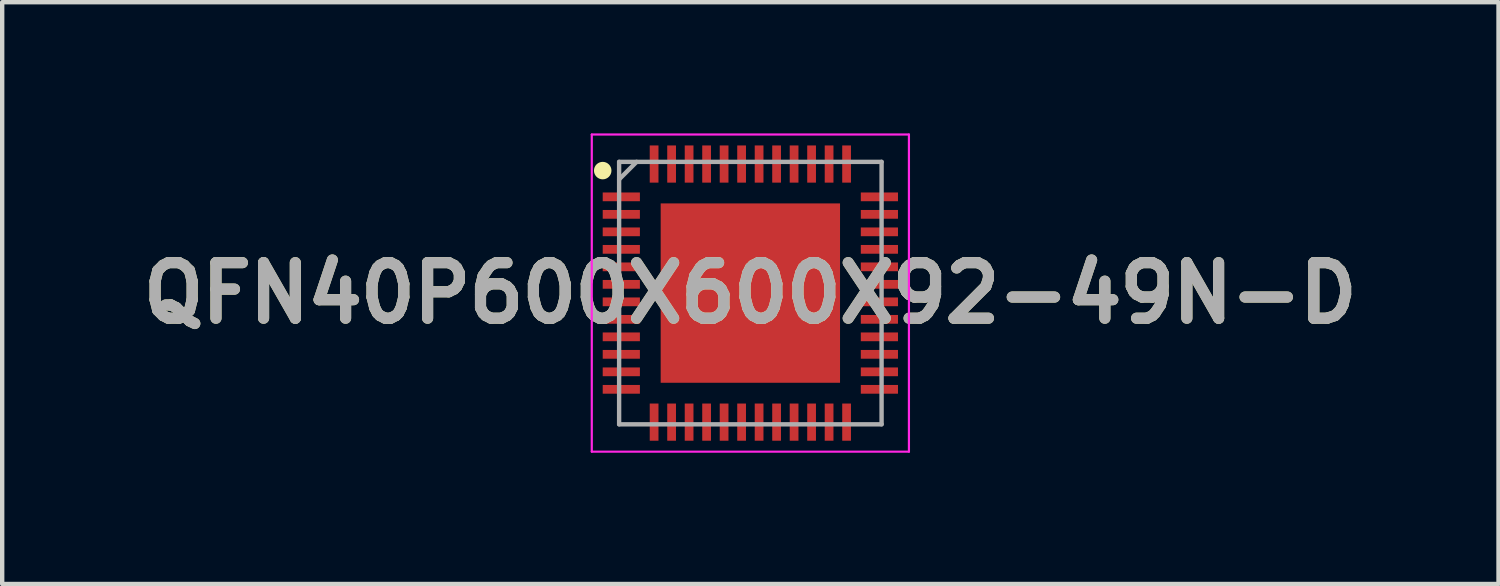
<source format=kicad_pcb>
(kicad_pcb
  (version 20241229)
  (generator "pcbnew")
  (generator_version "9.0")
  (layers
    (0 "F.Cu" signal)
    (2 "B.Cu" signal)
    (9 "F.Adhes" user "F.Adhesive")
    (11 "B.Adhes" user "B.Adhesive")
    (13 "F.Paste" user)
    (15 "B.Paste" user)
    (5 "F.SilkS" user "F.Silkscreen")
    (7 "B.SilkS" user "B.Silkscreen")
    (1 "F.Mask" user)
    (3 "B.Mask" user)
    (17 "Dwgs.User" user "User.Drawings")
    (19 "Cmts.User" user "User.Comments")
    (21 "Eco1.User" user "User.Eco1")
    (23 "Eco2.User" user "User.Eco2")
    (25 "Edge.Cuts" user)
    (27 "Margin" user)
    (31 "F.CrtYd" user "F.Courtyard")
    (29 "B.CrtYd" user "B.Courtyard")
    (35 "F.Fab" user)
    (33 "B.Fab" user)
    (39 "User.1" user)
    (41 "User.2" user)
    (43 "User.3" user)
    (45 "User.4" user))
  (footprint "QFN40P600X600X92-49N-D"
    (layer "F.Cu")
    (at 14.103 3.65)
    (property "Reference" "QFN40P600X600X92-49N-D" (at 0 0 0) (layer "F.SilkS") (effects (font (size 1.27 1.27) (thickness 0.254))))
    (attr smd)
    (fp_circle (center -3.375 -2.8) (end -3.375 -2.7) (stroke (width 0.2) (type solid)) (fill no) (layer "F.SilkS"))
    (fp_line (start -3.625 -3.625) (end 3.625 -3.625) (stroke (width 0.05) (type solid)) (layer "F.CrtYd"))
    (fp_line (start -3.625 3.625) (end -3.625 -3.625) (stroke (width 0.05) (type solid)) (layer "F.CrtYd"))
    (fp_line (start 3.625 -3.625) (end 3.625 3.625) (stroke (width 0.05) (type solid)) (layer "F.CrtYd"))
    (fp_line (start 3.625 3.625) (end -3.625 3.625) (stroke (width 0.05) (type solid)) (layer "F.CrtYd"))
    (fp_line (start -3 -3) (end 3 -3) (stroke (width 0.1) (type solid)) (layer "F.Fab"))
    (fp_line (start -3 -2.6) (end -2.6 -3) (stroke (width 0.1) (type solid)) (layer "F.Fab"))
    (fp_line (start -3 3) (end -3 -3) (stroke (width 0.1) (type solid)) (layer "F.Fab"))
    (fp_line (start 3 -3) (end 3 3) (stroke (width 0.1) (type solid)) (layer "F.Fab"))
    (fp_line (start 3 3) (end -3 3) (stroke (width 0.1) (type solid)) (layer "F.Fab"))
    (fp_text user "${REFERENCE}" (at 0 0 0) (layer "F.Fab") (effects (font (size 1.27 1.27) (thickness 0.254))))
    (pad "1" smd rect (at -2.95 -2.2 90) (size 0.2 0.85) (layers "F.Cu" "F.Mask" "F.Paste"))
    (pad "2" smd rect (at -2.95 -1.8 90) (size 0.2 0.85) (layers "F.Cu" "F.Mask" "F.Paste"))
    (pad "3" smd rect (at -2.95 -1.4 90) (size 0.2 0.85) (layers "F.Cu" "F.Mask" "F.Paste"))
    (pad "4" smd rect (at -2.95 -1 90) (size 0.2 0.85) (layers "F.Cu" "F.Mask" "F.Paste"))
    (pad "5" smd rect (at -2.95 -0.6 90) (size 0.2 0.85) (layers "F.Cu" "F.Mask" "F.Paste"))
    (pad "6" smd rect (at -2.95 -0.2 90) (size 0.2 0.85) (layers "F.Cu" "F.Mask" "F.Paste"))
    (pad "7" smd rect (at -2.95 0.2 90) (size 0.2 0.85) (layers "F.Cu" "F.Mask" "F.Paste"))
    (pad "8" smd rect (at -2.95 0.6 90) (size 0.2 0.85) (layers "F.Cu" "F.Mask" "F.Paste"))
    (pad "9" smd rect (at -2.95 1 90) (size 0.2 0.85) (layers "F.Cu" "F.Mask" "F.Paste"))
    (pad "10" smd rect (at -2.95 1.4 90) (size 0.2 0.85) (layers "F.Cu" "F.Mask" "F.Paste"))
    (pad "11" smd rect (at -2.95 1.8 90) (size 0.2 0.85) (layers "F.Cu" "F.Mask" "F.Paste"))
    (pad "12" smd rect (at -2.95 2.2 90) (size 0.2 0.85) (layers "F.Cu" "F.Mask" "F.Paste"))
    (pad "13" smd rect (at -2.2 2.95) (size 0.2 0.85) (layers "F.Cu" "F.Mask" "F.Paste"))
    (pad "14" smd rect (at -1.8 2.95) (size 0.2 0.85) (layers "F.Cu" "F.Mask" "F.Paste"))
    (pad "15" smd rect (at -1.4 2.95) (size 0.2 0.85) (layers "F.Cu" "F.Mask" "F.Paste"))
    (pad "16" smd rect (at -1 2.95) (size 0.2 0.85) (layers "F.Cu" "F.Mask" "F.Paste"))
    (pad "17" smd rect (at -0.6 2.95) (size 0.2 0.85) (layers "F.Cu" "F.Mask" "F.Paste"))
    (pad "18" smd rect (at -0.2 2.95) (size 0.2 0.85) (layers "F.Cu" "F.Mask" "F.Paste"))
    (pad "19" smd rect (at 0.2 2.95) (size 0.2 0.85) (layers "F.Cu" "F.Mask" "F.Paste"))
    (pad "20" smd rect (at 0.6 2.95) (size 0.2 0.85) (layers "F.Cu" "F.Mask" "F.Paste"))
    (pad "21" smd rect (at 1 2.95) (size 0.2 0.85) (layers "F.Cu" "F.Mask" "F.Paste"))
    (pad "22" smd rect (at 1.4 2.95) (size 0.2 0.85) (layers "F.Cu" "F.Mask" "F.Paste"))
    (pad "23" smd rect (at 1.8 2.95) (size 0.2 0.85) (layers "F.Cu" "F.Mask" "F.Paste"))
    (pad "24" smd rect (at 2.2 2.95) (size 0.2 0.85) (layers "F.Cu" "F.Mask" "F.Paste"))
    (pad "25" smd rect (at 2.95 2.2 90) (size 0.2 0.85) (layers "F.Cu" "F.Mask" "F.Paste"))
    (pad "26" smd rect (at 2.95 1.8 90) (size 0.2 0.85) (layers "F.Cu" "F.Mask" "F.Paste"))
    (pad "27" smd rect (at 2.95 1.4 90) (size 0.2 0.85) (layers "F.Cu" "F.Mask" "F.Paste"))
    (pad "28" smd rect (at 2.95 1 90) (size 0.2 0.85) (layers "F.Cu" "F.Mask" "F.Paste"))
    (pad "29" smd rect (at 2.95 0.6 90) (size 0.2 0.85) (layers "F.Cu" "F.Mask" "F.Paste"))
    (pad "30" smd rect (at 2.95 0.2 90) (size 0.2 0.85) (layers "F.Cu" "F.Mask" "F.Paste"))
    (pad "31" smd rect (at 2.95 -0.2 90) (size 0.2 0.85) (layers "F.Cu" "F.Mask" "F.Paste"))
    (pad "32" smd rect (at 2.95 -0.6 90) (size 0.2 0.85) (layers "F.Cu" "F.Mask" "F.Paste"))
    (pad "33" smd rect (at 2.95 -1 90) (size 0.2 0.85) (layers "F.Cu" "F.Mask" "F.Paste"))
    (pad "34" smd rect (at 2.95 -1.4 90) (size 0.2 0.85) (layers "F.Cu" "F.Mask" "F.Paste"))
    (pad "35" smd rect (at 2.95 -1.8 90) (size 0.2 0.85) (layers "F.Cu" "F.Mask" "F.Paste"))
    (pad "36" smd rect (at 2.95 -2.2 90) (size 0.2 0.85) (layers "F.Cu" "F.Mask" "F.Paste"))
    (pad "37" smd rect (at 2.2 -2.95) (size 0.2 0.85) (layers "F.Cu" "F.Mask" "F.Paste"))
    (pad "38" smd rect (at 1.8 -2.95) (size 0.2 0.85) (layers "F.Cu" "F.Mask" "F.Paste"))
    (pad "39" smd rect (at 1.4 -2.95) (size 0.2 0.85) (layers "F.Cu" "F.Mask" "F.Paste"))
    (pad "40" smd rect (at 1 -2.95) (size 0.2 0.85) (layers "F.Cu" "F.Mask" "F.Paste"))
    (pad "41" smd rect (at 0.6 -2.95) (size 0.2 0.85) (layers "F.Cu" "F.Mask" "F.Paste"))
    (pad "42" smd rect (at 0.2 -2.95) (size 0.2 0.85) (layers "F.Cu" "F.Mask" "F.Paste"))
    (pad "43" smd rect (at -0.2 -2.95) (size 0.2 0.85) (layers "F.Cu" "F.Mask" "F.Paste"))
    (pad "44" smd rect (at -0.6 -2.95) (size 0.2 0.85) (layers "F.Cu" "F.Mask" "F.Paste"))
    (pad "45" smd rect (at -1 -2.95) (size 0.2 0.85) (layers "F.Cu" "F.Mask" "F.Paste"))
    (pad "46" smd rect (at -1.4 -2.95) (size 0.2 0.85) (layers "F.Cu" "F.Mask" "F.Paste"))
    (pad "47" smd rect (at -1.8 -2.95) (size 0.2 0.85) (layers "F.Cu" "F.Mask" "F.Paste"))
    (pad "48" smd rect (at -2.2 -2.95) (size 0.2 0.85) (layers "F.Cu" "F.Mask" "F.Paste"))
    (pad "49" smd rect (at 0 0) (size 4.1 4.1) (layers "F.Cu" "F.Mask" "F.Paste")))
  (gr_rect
    (start -3 -3)
    (end 31.206 10.3)
    (stroke (width 0.1) (type default))
    (fill no)
    (layer "Edge.Cuts")))
</source>
